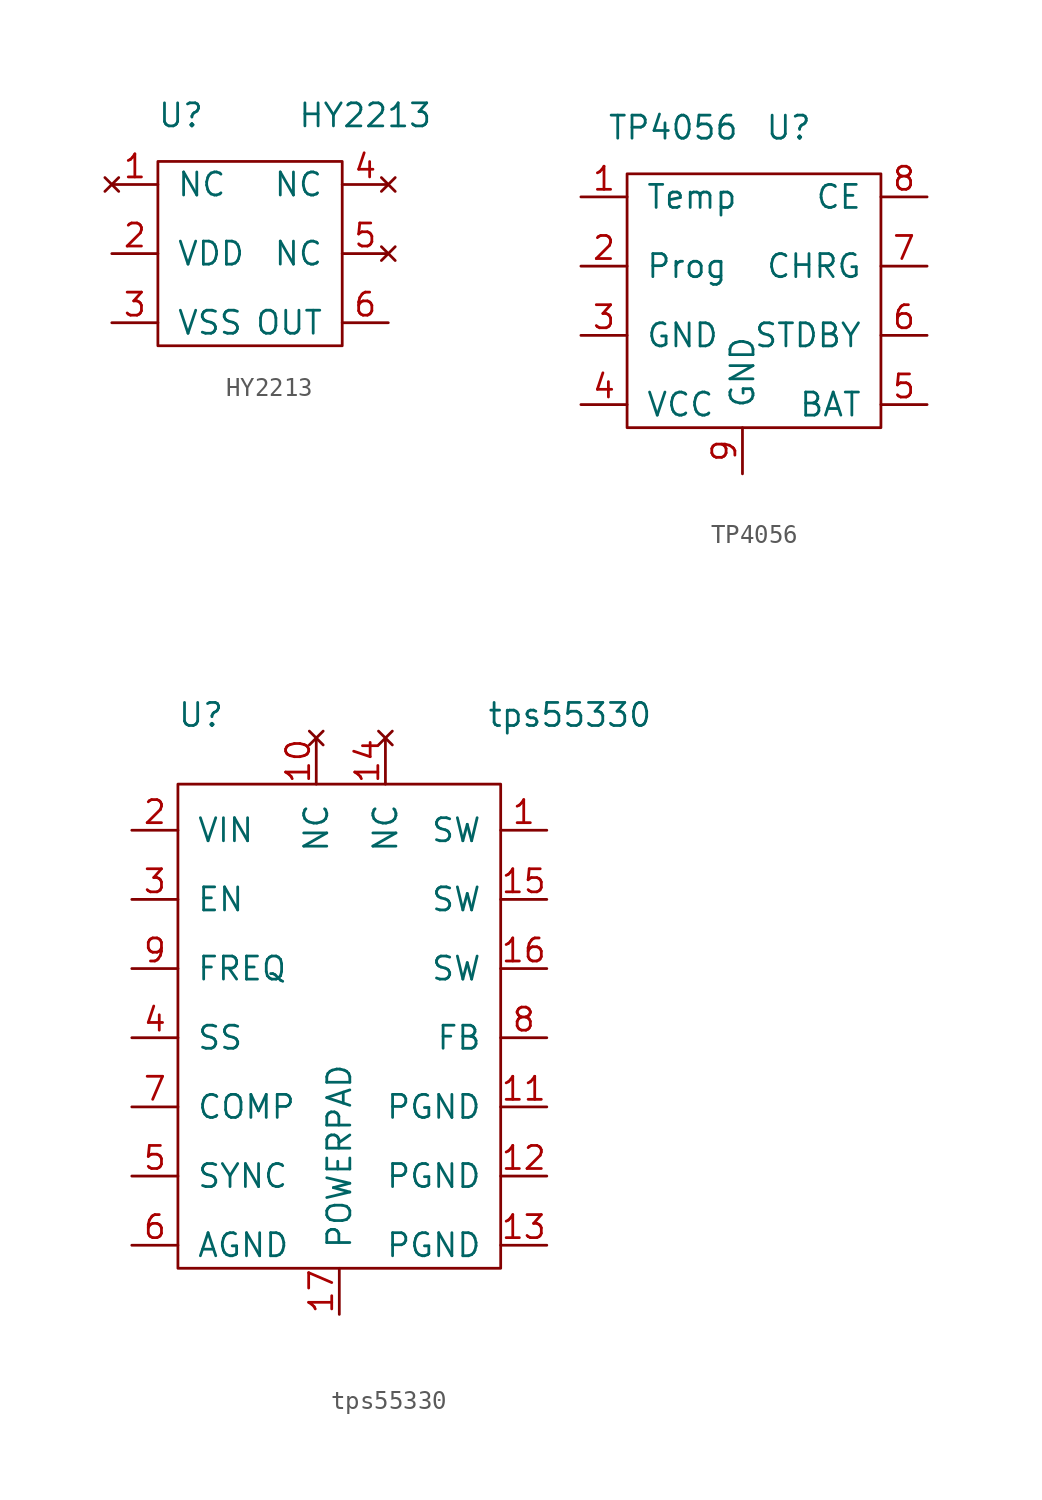
<source format=kicad_sym>
(kicad_symbol_lib
  (version 20211014)
  (generator kicad_symbol_editor)
  (symbol "HY2213"
    (pin_names
      (offset 1.016))
    (property "Reference" "U"
      (at -1.27 11.43 0)
      (effects (font (size 1.27 1.27))))
    (property "Value" "HY2213"
      (at 8.89 11.43 0)
      (effects (font (size 1.27 1.27))))
    (symbol "HY2213_0_1"
      (rectangle (start -2.54 8.89) (end 7.62 -1.27) (stroke (width 0) (type default) (color 0 0 0 0)) (fill (type none))))
    (symbol "HY2213_1_1"
      (pin no_connect line (at -5.08 7.62 0) (length 2.54) (name "NC" (effects (font (size 1.27 1.27)))) (number "1" (effects (font (size 1.27 1.27)))))
      (pin input line (at -5.08 3.81 0) (length 2.54) (name "VDD" (effects (font (size 1.27 1.27)))) (number "2" (effects (font (size 1.27 1.27)))))
      (pin input line (at -5.08 0 0) (length 2.54) (name "VSS" (effects (font (size 1.27 1.27)))) (number "3" (effects (font (size 1.27 1.27)))))
      (pin no_connect line (at 10.16 7.62 180) (length 2.54) (name "NC" (effects (font (size 1.27 1.27)))) (number "4" (effects (font (size 1.27 1.27)))))
      (pin no_connect line (at 10.16 3.81 180) (length 2.54) (name "NC" (effects (font (size 1.27 1.27)))) (number "5" (effects (font (size 1.27 1.27)))))
      (pin output line (at 10.16 0 180) (length 2.54) (name "OUT" (effects (font (size 1.27 1.27)))) (number "6" (effects (font (size 1.27 1.27)))))))
  (symbol "TP4056"
    (pin_names
      (offset 1.016))
    (property "Reference" "U"
      (at 3.81 6.35 0)
      (effects (font (size 1.27 1.27))))
    (property "Value" "TP4056"
      (at -2.54 6.35 0)
      (effects (font (size 1.27 1.27))))
    (symbol "TP4056_0_1"
      (rectangle (start -5.08 3.81) (end 8.89 -10.16) (stroke (width 0) (type default) (color 0 0 0 0)) (fill (type none))))
    (symbol "TP4056_1_1"
      (pin input line (at -7.62 2.54 0) (length 2.54) (name "Temp" (effects (font (size 1.27 1.27)))) (number "1" (effects (font (size 1.27 1.27)))))
      (pin input line (at -7.62 -1.27 0) (length 2.54) (name "Prog" (effects (font (size 1.27 1.27)))) (number "2" (effects (font (size 1.27 1.27)))))
      (pin input line (at -7.62 -5.08 0) (length 2.54) (name "GND" (effects (font (size 1.27 1.27)))) (number "3" (effects (font (size 1.27 1.27)))))
      (pin input line (at -7.62 -8.89 0) (length 2.54) (name "VCC" (effects (font (size 1.27 1.27)))) (number "4" (effects (font (size 1.27 1.27)))))
      (pin input line (at 11.43 -8.89 180) (length 2.54) (name "BAT" (effects (font (size 1.27 1.27)))) (number "5" (effects (font (size 1.27 1.27)))))
      (pin input line (at 11.43 -5.08 180) (length 2.54) (name "STDBY" (effects (font (size 1.27 1.27)))) (number "6" (effects (font (size 1.27 1.27)))))
      (pin input line (at 11.43 -1.27 180) (length 2.54) (name "CHRG" (effects (font (size 1.27 1.27)))) (number "7" (effects (font (size 1.27 1.27)))))
      (pin input line (at 11.43 2.54 180) (length 2.54) (name "CE" (effects (font (size 1.27 1.27)))) (number "8" (effects (font (size 1.27 1.27)))))
      (pin input line (at 1.27 -12.7 90) (length 2.54) (name "GND" (effects (font (size 1.27 1.27)))) (number "9" (effects (font (size 1.27 1.27)))))))
  (symbol "tps55330"
    (pin_names
      (offset 1.016))
    (property "Reference" "U"
      (at 21.59 19.05 0)
      (effects (font (size 1.27 1.27))))
    (property "Value" "tps55330"
      (at 41.91 19.05 0)
      (effects (font (size 1.27 1.27))))
    (symbol "tps55330_0_1"
      (rectangle (start 20.32 15.24) (end 38.1 -11.43) (stroke (width 0) (type default) (color 0 0 0 0)) (fill (type none))))
    (symbol "tps55330_1_1"
      (pin input line (at 40.64 12.7 180) (length 2.54) (name "SW" (effects (font (size 1.27 1.27)))) (number "1" (effects (font (size 1.27 1.27)))))
      (pin no_connect line (at 27.94 17.78 270) (length 2.54) (name "NC" (effects (font (size 1.27 1.27)))) (number "10" (effects (font (size 1.27 1.27)))))
      (pin input line (at 40.64 -2.54 180) (length 2.54) (name "PGND" (effects (font (size 1.27 1.27)))) (number "11" (effects (font (size 1.27 1.27)))))
      (pin input line (at 40.64 -6.35 180) (length 2.54) (name "PGND" (effects (font (size 1.27 1.27)))) (number "12" (effects (font (size 1.27 1.27)))))
      (pin input line (at 40.64 -10.16 180) (length 2.54) (name "PGND" (effects (font (size 1.27 1.27)))) (number "13" (effects (font (size 1.27 1.27)))))
      (pin no_connect line (at 31.75 17.78 270) (length 2.54) (name "NC" (effects (font (size 1.27 1.27)))) (number "14" (effects (font (size 1.27 1.27)))))
      (pin input line (at 40.64 8.89 180) (length 2.54) (name "SW" (effects (font (size 1.27 1.27)))) (number "15" (effects (font (size 1.27 1.27)))))
      (pin input line (at 40.64 5.08 180) (length 2.54) (name "SW" (effects (font (size 1.27 1.27)))) (number "16" (effects (font (size 1.27 1.27)))))
      (pin input line (at 29.21 -13.97 90) (length 2.54) (name "POWERPAD" (effects (font (size 1.27 1.27)))) (number "17" (effects (font (size 1.27 1.27)))))
      (pin input line (at 17.78 12.7 0) (length 2.54) (name "VIN" (effects (font (size 1.27 1.27)))) (number "2" (effects (font (size 1.27 1.27)))))
      (pin input line (at 17.78 8.89 0) (length 2.54) (name "EN" (effects (font (size 1.27 1.27)))) (number "3" (effects (font (size 1.27 1.27)))))
      (pin input line (at 17.78 1.27 0) (length 2.54) (name "SS" (effects (font (size 1.27 1.27)))) (number "4" (effects (font (size 1.27 1.27)))))
      (pin input line (at 17.78 -6.35 0) (length 2.54) (name "SYNC" (effects (font (size 1.27 1.27)))) (number "5" (effects (font (size 1.27 1.27)))))
      (pin input line (at 17.78 -10.16 0) (length 2.54) (name "AGND" (effects (font (size 1.27 1.27)))) (number "6" (effects (font (size 1.27 1.27)))))
      (pin input line (at 17.78 -2.54 0) (length 2.54) (name "COMP" (effects (font (size 1.27 1.27)))) (number "7" (effects (font (size 1.27 1.27)))))
      (pin input line (at 40.64 1.27 180) (length 2.54) (name "FB" (effects (font (size 1.27 1.27)))) (number "8" (effects (font (size 1.27 1.27)))))
      (pin input line (at 17.78 5.08 0) (length 2.54) (name "FREQ" (effects (font (size 1.27 1.27)))) (number "9" (effects (font (size 1.27 1.27))))))))
</source>
